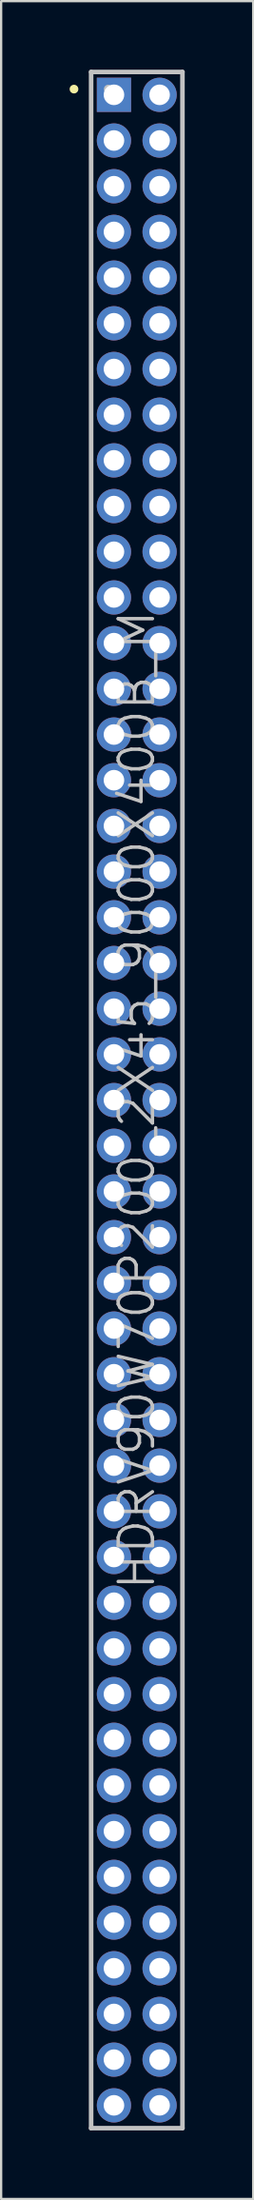
<source format=kicad_pcb>
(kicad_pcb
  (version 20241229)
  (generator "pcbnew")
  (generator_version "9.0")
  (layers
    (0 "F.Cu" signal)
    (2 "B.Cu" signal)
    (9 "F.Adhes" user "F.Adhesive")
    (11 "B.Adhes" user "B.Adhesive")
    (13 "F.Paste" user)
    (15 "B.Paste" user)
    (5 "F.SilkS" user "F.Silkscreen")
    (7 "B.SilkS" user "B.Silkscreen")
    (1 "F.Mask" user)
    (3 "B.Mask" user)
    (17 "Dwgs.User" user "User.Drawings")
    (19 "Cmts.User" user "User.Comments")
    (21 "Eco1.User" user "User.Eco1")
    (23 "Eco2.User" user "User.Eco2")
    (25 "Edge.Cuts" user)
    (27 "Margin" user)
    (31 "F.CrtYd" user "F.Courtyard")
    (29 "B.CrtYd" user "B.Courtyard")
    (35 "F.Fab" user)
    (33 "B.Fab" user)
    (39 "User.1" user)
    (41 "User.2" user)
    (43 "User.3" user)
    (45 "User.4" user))
  (footprint "HDRV90W70P200_2X45_9000X400B_M"
    (layer "F.Cu")
    (at 2.941 45.1)
    (property "Reference" "HDRV90W70P200_2X45_9000X400B_M" (at 0 0 90) (layer "Dwgs.User") (effects (font (size 1.5 1.5) (thickness 0.15))))
    (attr through_hole)
    (fp_line (start -2.75 -44.25) (end -2.75 -44.25) (stroke (width 0.381) (type solid)) (layer "F.SilkS"))
    (fp_line (start -2 -45) (end -2 45) (stroke (width 0.2) (type solid)) (layer "Dwgs.User"))
    (fp_line (start -2 -45) (end 2 -45) (stroke (width 0.2) (type solid)) (layer "Dwgs.User"))
    (fp_line (start -2 45) (end 2 45) (stroke (width 0.2) (type solid)) (layer "Dwgs.User"))
    (fp_line (start -1.25 -44.25) (end -1.25 -44.25) (stroke (width 0.381) (type solid)) (layer "Dwgs.User"))
    (fp_line (start 2 -45) (end 2 45) (stroke (width 0.2) (type solid)) (layer "Dwgs.User"))
    (pad "1" thru_hole rect (at -1 -44) (size 1.5 1.5) (drill 0.9) (layers "*.Cu" "*.Mask"))
    (pad "2" thru_hole circle (at 1 -44 270) (size 1.5 1.5) (drill 0.9) (layers "*.Cu" "*.Mask"))
    (pad "3" thru_hole circle (at -1 -42 270) (size 1.5 1.5) (drill 0.9) (layers "*.Cu" "*.Mask"))
    (pad "4" thru_hole circle (at 1 -42 270) (size 1.5 1.5) (drill 0.9) (layers "*.Cu" "*.Mask"))
    (pad "5" thru_hole circle (at -1 -40 270) (size 1.5 1.5) (drill 0.9) (layers "*.Cu" "*.Mask"))
    (pad "6" thru_hole circle (at 1 -40 270) (size 1.5 1.5) (drill 0.9) (layers "*.Cu" "*.Mask"))
    (pad "7" thru_hole circle (at -1 -38 270) (size 1.5 1.5) (drill 0.9) (layers "*.Cu" "*.Mask"))
    (pad "8" thru_hole circle (at 1 -38 270) (size 1.5 1.5) (drill 0.9) (layers "*.Cu" "*.Mask"))
    (pad "9" thru_hole circle (at -1 -36 270) (size 1.5 1.5) (drill 0.9) (layers "*.Cu" "*.Mask"))
    (pad "10" thru_hole circle (at 1 -36 270) (size 1.5 1.5) (drill 0.9) (layers "*.Cu" "*.Mask"))
    (pad "11" thru_hole circle (at -1 -34 270) (size 1.5 1.5) (drill 0.9) (layers "*.Cu" "*.Mask"))
    (pad "12" thru_hole circle (at 1 -34 270) (size 1.5 1.5) (drill 0.9) (layers "*.Cu" "*.Mask"))
    (pad "13" thru_hole circle (at -1 -32 270) (size 1.5 1.5) (drill 0.9) (layers "*.Cu" "*.Mask"))
    (pad "14" thru_hole circle (at 1 -32 270) (size 1.5 1.5) (drill 0.9) (layers "*.Cu" "*.Mask"))
    (pad "15" thru_hole circle (at -1 -30 270) (size 1.5 1.5) (drill 0.9) (layers "*.Cu" "*.Mask"))
    (pad "16" thru_hole circle (at 1 -30 270) (size 1.5 1.5) (drill 0.9) (layers "*.Cu" "*.Mask"))
    (pad "17" thru_hole circle (at -1 -28 270) (size 1.5 1.5) (drill 0.9) (layers "*.Cu" "*.Mask"))
    (pad "18" thru_hole circle (at 1 -28 270) (size 1.5 1.5) (drill 0.9) (layers "*.Cu" "*.Mask"))
    (pad "19" thru_hole circle (at -1 -26 270) (size 1.5 1.5) (drill 0.9) (layers "*.Cu" "*.Mask"))
    (pad "20" thru_hole circle (at 1 -26 270) (size 1.5 1.5) (drill 0.9) (layers "*.Cu" "*.Mask"))
    (pad "21" thru_hole circle (at -1 -24 270) (size 1.5 1.5) (drill 0.9) (layers "*.Cu" "*.Mask"))
    (pad "22" thru_hole circle (at 1 -24 270) (size 1.5 1.5) (drill 0.9) (layers "*.Cu" "*.Mask"))
    (pad "23" thru_hole circle (at -1 -22 270) (size 1.5 1.5) (drill 0.9) (layers "*.Cu" "*.Mask"))
    (pad "24" thru_hole circle (at 1 -22 270) (size 1.5 1.5) (drill 0.9) (layers "*.Cu" "*.Mask"))
    (pad "25" thru_hole circle (at -1 -20 270) (size 1.5 1.5) (drill 0.9) (layers "*.Cu" "*.Mask"))
    (pad "26" thru_hole circle (at 1 -20 270) (size 1.5 1.5) (drill 0.9) (layers "*.Cu" "*.Mask"))
    (pad "27" thru_hole circle (at -1 -18 270) (size 1.5 1.5) (drill 0.9) (layers "*.Cu" "*.Mask"))
    (pad "28" thru_hole circle (at 1 -18 270) (size 1.5 1.5) (drill 0.9) (layers "*.Cu" "*.Mask"))
    (pad "29" thru_hole circle (at -1 -16 270) (size 1.5 1.5) (drill 0.9) (layers "*.Cu" "*.Mask"))
    (pad "30" thru_hole circle (at 1 -16 270) (size 1.5 1.5) (drill 0.9) (layers "*.Cu" "*.Mask"))
    (pad "31" thru_hole circle (at -1 -14 270) (size 1.5 1.5) (drill 0.9) (layers "*.Cu" "*.Mask"))
    (pad "32" thru_hole circle (at 1 -14 270) (size 1.5 1.5) (drill 0.9) (layers "*.Cu" "*.Mask"))
    (pad "33" thru_hole circle (at -1 -12 270) (size 1.5 1.5) (drill 0.9) (layers "*.Cu" "*.Mask"))
    (pad "34" thru_hole circle (at 1 -12 270) (size 1.5 1.5) (drill 0.9) (layers "*.Cu" "*.Mask"))
    (pad "35" thru_hole circle (at -1 -10 270) (size 1.5 1.5) (drill 0.9) (layers "*.Cu" "*.Mask"))
    (pad "36" thru_hole circle (at 1 -10 270) (size 1.5 1.5) (drill 0.9) (layers "*.Cu" "*.Mask"))
    (pad "37" thru_hole circle (at -1 -8 270) (size 1.5 1.5) (drill 0.9) (layers "*.Cu" "*.Mask"))
    (pad "38" thru_hole circle (at 1 -8 270) (size 1.5 1.5) (drill 0.9) (layers "*.Cu" "*.Mask"))
    (pad "39" thru_hole circle (at -1 -6 270) (size 1.5 1.5) (drill 0.9) (layers "*.Cu" "*.Mask"))
    (pad "40" thru_hole circle (at 1 -6 270) (size 1.5 1.5) (drill 0.9) (layers "*.Cu" "*.Mask"))
    (pad "41" thru_hole circle (at -1 -4 270) (size 1.5 1.5) (drill 0.9) (layers "*.Cu" "*.Mask"))
    (pad "42" thru_hole circle (at 1 -4 270) (size 1.5 1.5) (drill 0.9) (layers "*.Cu" "*.Mask"))
    (pad "43" thru_hole circle (at -1 -2 270) (size 1.5 1.5) (drill 0.9) (layers "*.Cu" "*.Mask"))
    (pad "44" thru_hole circle (at 1 -2 270) (size 1.5 1.5) (drill 0.9) (layers "*.Cu" "*.Mask"))
    (pad "45" thru_hole circle (at -1 0 270) (size 1.5 1.5) (drill 0.9) (layers "*.Cu" "*.Mask"))
    (pad "46" thru_hole circle (at 1 0 270) (size 1.5 1.5) (drill 0.9) (layers "*.Cu" "*.Mask"))
    (pad "47" thru_hole circle (at -1 2 270) (size 1.5 1.5) (drill 0.9) (layers "*.Cu" "*.Mask"))
    (pad "48" thru_hole circle (at 1 2 270) (size 1.5 1.5) (drill 0.9) (layers "*.Cu" "*.Mask"))
    (pad "49" thru_hole circle (at -1 4 270) (size 1.5 1.5) (drill 0.9) (layers "*.Cu" "*.Mask"))
    (pad "50" thru_hole circle (at 1 4 270) (size 1.5 1.5) (drill 0.9) (layers "*.Cu" "*.Mask"))
    (pad "51" thru_hole circle (at -1 6 270) (size 1.5 1.5) (drill 0.9) (layers "*.Cu" "*.Mask"))
    (pad "52" thru_hole circle (at 1 6 270) (size 1.5 1.5) (drill 0.9) (layers "*.Cu" "*.Mask"))
    (pad "53" thru_hole circle (at -1 8 270) (size 1.5 1.5) (drill 0.9) (layers "*.Cu" "*.Mask"))
    (pad "54" thru_hole circle (at 1 8 270) (size 1.5 1.5) (drill 0.9) (layers "*.Cu" "*.Mask"))
    (pad "55" thru_hole circle (at -1 10 270) (size 1.5 1.5) (drill 0.9) (layers "*.Cu" "*.Mask"))
    (pad "56" thru_hole circle (at 1 10 270) (size 1.5 1.5) (drill 0.9) (layers "*.Cu" "*.Mask"))
    (pad "57" thru_hole circle (at -1 12 270) (size 1.5 1.5) (drill 0.9) (layers "*.Cu" "*.Mask"))
    (pad "58" thru_hole circle (at 1 12 270) (size 1.5 1.5) (drill 0.9) (layers "*.Cu" "*.Mask"))
    (pad "59" thru_hole circle (at -1 14 270) (size 1.5 1.5) (drill 0.9) (layers "*.Cu" "*.Mask"))
    (pad "60" thru_hole circle (at 1 14 270) (size 1.5 1.5) (drill 0.9) (layers "*.Cu" "*.Mask"))
    (pad "61" thru_hole circle (at -1 16 270) (size 1.5 1.5) (drill 0.9) (layers "*.Cu" "*.Mask"))
    (pad "62" thru_hole circle (at 1 16 270) (size 1.5 1.5) (drill 0.9) (layers "*.Cu" "*.Mask"))
    (pad "63" thru_hole circle (at -1 18 270) (size 1.5 1.5) (drill 0.9) (layers "*.Cu" "*.Mask"))
    (pad "64" thru_hole circle (at 1 18 270) (size 1.5 1.5) (drill 0.9) (layers "*.Cu" "*.Mask"))
    (pad "65" thru_hole circle (at -1 20 270) (size 1.5 1.5) (drill 0.9) (layers "*.Cu" "*.Mask"))
    (pad "66" thru_hole circle (at 1 20 270) (size 1.5 1.5) (drill 0.9) (layers "*.Cu" "*.Mask"))
    (pad "67" thru_hole circle (at -1 22 270) (size 1.5 1.5) (drill 0.9) (layers "*.Cu" "*.Mask"))
    (pad "68" thru_hole circle (at 1 22 270) (size 1.5 1.5) (drill 0.9) (layers "*.Cu" "*.Mask"))
    (pad "69" thru_hole circle (at -1 24 270) (size 1.5 1.5) (drill 0.9) (layers "*.Cu" "*.Mask"))
    (pad "70" thru_hole circle (at 1 24 270) (size 1.5 1.5) (drill 0.9) (layers "*.Cu" "*.Mask"))
    (pad "71" thru_hole circle (at -1 26 270) (size 1.5 1.5) (drill 0.9) (layers "*.Cu" "*.Mask"))
    (pad "72" thru_hole circle (at 1 26 270) (size 1.5 1.5) (drill 0.9) (layers "*.Cu" "*.Mask"))
    (pad "73" thru_hole circle (at -1 28 270) (size 1.5 1.5) (drill 0.9) (layers "*.Cu" "*.Mask"))
    (pad "74" thru_hole circle (at 1 28 270) (size 1.5 1.5) (drill 0.9) (layers "*.Cu" "*.Mask"))
    (pad "75" thru_hole circle (at -1 30 270) (size 1.5 1.5) (drill 0.9) (layers "*.Cu" "*.Mask"))
    (pad "76" thru_hole circle (at 1 30 270) (size 1.5 1.5) (drill 0.9) (layers "*.Cu" "*.Mask"))
    (pad "77" thru_hole circle (at -1 32 270) (size 1.5 1.5) (drill 0.9) (layers "*.Cu" "*.Mask"))
    (pad "78" thru_hole circle (at 1 32 270) (size 1.5 1.5) (drill 0.9) (layers "*.Cu" "*.Mask"))
    (pad "79" thru_hole circle (at -1 34 270) (size 1.5 1.5) (drill 0.9) (layers "*.Cu" "*.Mask"))
    (pad "80" thru_hole circle (at 1 34 270) (size 1.5 1.5) (drill 0.9) (layers "*.Cu" "*.Mask"))
    (pad "81" thru_hole circle (at -1 36 270) (size 1.5 1.5) (drill 0.9) (layers "*.Cu" "*.Mask"))
    (pad "82" thru_hole circle (at 1 36 270) (size 1.5 1.5) (drill 0.9) (layers "*.Cu" "*.Mask"))
    (pad "83" thru_hole circle (at -1 38 270) (size 1.5 1.5) (drill 0.9) (layers "*.Cu" "*.Mask"))
    (pad "84" thru_hole circle (at 1 38 270) (size 1.5 1.5) (drill 0.9) (layers "*.Cu" "*.Mask"))
    (pad "85" thru_hole circle (at -1 40 270) (size 1.5 1.5) (drill 0.9) (layers "*.Cu" "*.Mask"))
    (pad "86" thru_hole circle (at 1 40 270) (size 1.5 1.5) (drill 0.9) (layers "*.Cu" "*.Mask"))
    (pad "87" thru_hole circle (at -1 42 270) (size 1.5 1.5) (drill 0.9) (layers "*.Cu" "*.Mask"))
    (pad "88" thru_hole circle (at 1 42 270) (size 1.5 1.5) (drill 0.9) (layers "*.Cu" "*.Mask"))
    (pad "89" thru_hole circle (at -1 44 270) (size 1.5 1.5) (drill 0.9) (layers "*.Cu" "*.Mask"))
    (pad "90" thru_hole circle (at 1 44 270) (size 1.5 1.5) (drill 0.9) (layers "*.Cu" "*.Mask")))
  (gr_rect
    (start -3 -3)
    (end 8.04 93.2)
    (stroke (width 0.1) (type default))
    (fill no)
    (layer "Edge.Cuts")))
</source>
